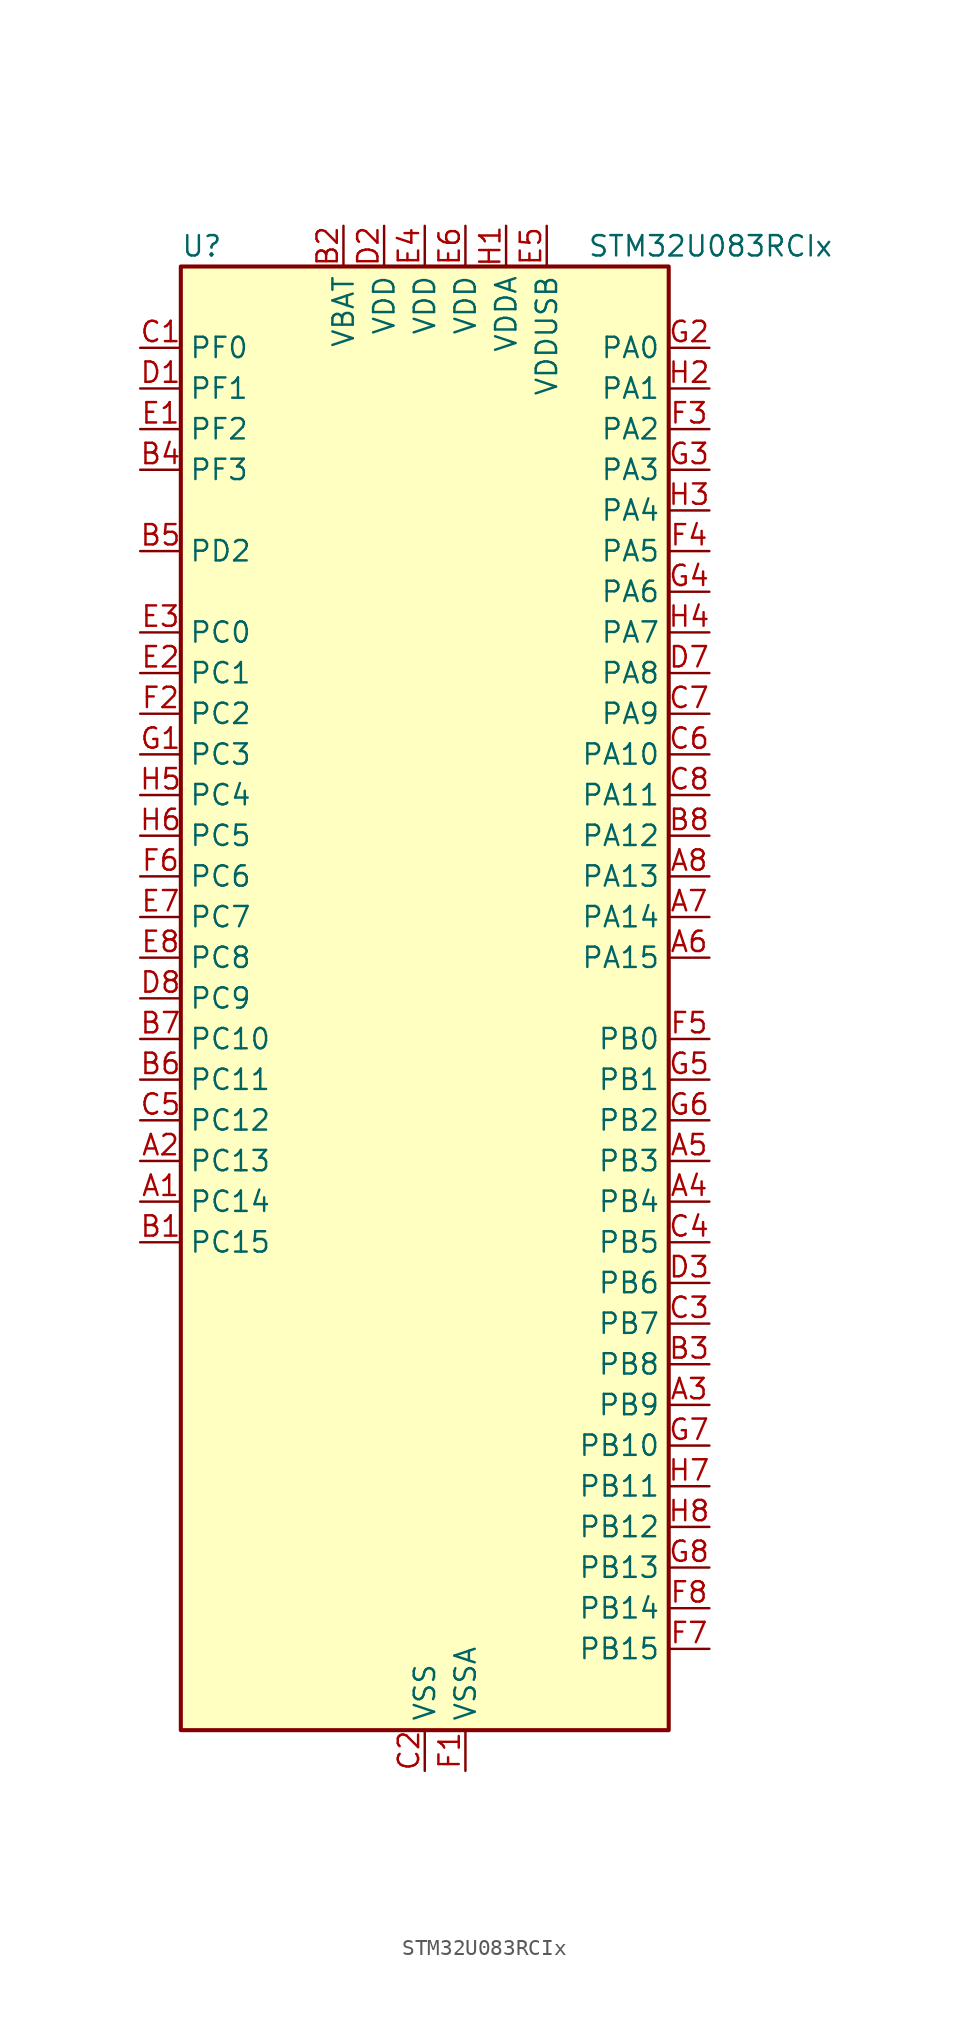
<source format=kicad_sym>
(kicad_symbol_lib
  (version 20241209)
  (generator "kicad_symbol_editor")
  (generator_version "9.0")
  (symbol "STM32U083RCIx"
    (property "Reference" "U"
      (at -15.24 46.99 0)
      (effects (font (size 1.27 1.27)) (justify left)))
    (property "Value" "STM32U083RCIx"
      (at 10.16 46.99 0)
      (effects (font (size 1.27 1.27)) (justify left)))
    (symbol "STM32U083RCIx_0_1"
      (rectangle (start -15.24 -45.72) (end 15.24 45.72) (stroke (width 0.254) (type default)) (fill (type background))))
    (symbol "STM32U083RCIx_1_1"
      (pin bidirectional line (at -17.78 40.64 0) (length 2.54) (name "PF0" (effects (font (size 1.27 1.27)))) (number "C1" (effects (font (size 1.27 1.27)))) (alternate "RCC_OSC_IN" bidirectional line))
      (pin bidirectional line (at -17.78 38.1 0) (length 2.54) (name "PF1" (effects (font (size 1.27 1.27)))) (number "D1" (effects (font (size 1.27 1.27)))) (alternate "RCC_OSC_EN" bidirectional line) (alternate "RCC_OSC_OUT" bidirectional line))
      (pin bidirectional line (at -17.78 35.56 0) (length 2.54) (name "PF2" (effects (font (size 1.27 1.27)))) (number "E1" (effects (font (size 1.27 1.27)))) (alternate "RCC_MCO" bidirectional line))
      (pin bidirectional line (at -17.78 33.02 0) (length 2.54) (name "PF3" (effects (font (size 1.27 1.27)))) (number "B4" (effects (font (size 1.27 1.27)))))
      (pin bidirectional line (at -17.78 27.94 0) (length 2.54) (name "PD2" (effects (font (size 1.27 1.27)))) (number "B5" (effects (font (size 1.27 1.27)))) (alternate "LCD_COM7" bidirectional line) (alternate "LCD_SEG31" bidirectional line) (alternate "LCD_SEG51" bidirectional line) (alternate "TIM3_ETR" bidirectional line) (alternate "TSC_SYNC" bidirectional line) (alternate "USART3_DE" bidirectional line) (alternate "USART3_RTS" bidirectional line))
      (pin bidirectional line (at -17.78 22.86 0) (length 2.54) (name "PC0" (effects (font (size 1.27 1.27)))) (number "E3" (effects (font (size 1.27 1.27)))) (alternate "ADC1_IN0" bidirectional line) (alternate "I2C3_SCL" bidirectional line) (alternate "I2C4_SCL" bidirectional line) (alternate "LCD_SEG18" bidirectional line) (alternate "LPTIM1_IN1" bidirectional line) (alternate "LPTIM2_IN1" bidirectional line) (alternate "LPUART1_RX" bidirectional line) (alternate "LPUART2_TX" bidirectional line))
      (pin bidirectional line (at -17.78 20.32 0) (length 2.54) (name "PC1" (effects (font (size 1.27 1.27)))) (number "E2" (effects (font (size 1.27 1.27)))) (alternate "ADC1_IN1" bidirectional line) (alternate "I2C3_SDA" bidirectional line) (alternate "I2C4_SDA" bidirectional line) (alternate "LCD_SEG19" bidirectional line) (alternate "LPTIM1_CH1" bidirectional line) (alternate "LPUART1_TX" bidirectional line) (alternate "LPUART2_RX" bidirectional line))
      (pin bidirectional line (at -17.78 17.78 0) (length 2.54) (name "PC2" (effects (font (size 1.27 1.27)))) (number "F2" (effects (font (size 1.27 1.27)))) (alternate "ADC1_IN2" bidirectional line) (alternate "LCD_SEG20" bidirectional line) (alternate "LPTIM1_IN2" bidirectional line) (alternate "RCC_MCO2" bidirectional line) (alternate "SPI2_MISO" bidirectional line))
      (pin bidirectional line (at -17.78 15.24 0) (length 2.54) (name "PC3" (effects (font (size 1.27 1.27)))) (number "G1" (effects (font (size 1.27 1.27)))) (alternate "ADC1_IN3" bidirectional line) (alternate "LCD_VLCD" bidirectional line) (alternate "LPTIM1_ETR" bidirectional line) (alternate "LPTIM2_ETR" bidirectional line) (alternate "LPTIM3_CH1" bidirectional line) (alternate "SPI2_MOSI" bidirectional line) (alternate "USART4_CK" bidirectional line))
      (pin bidirectional line (at -17.78 12.7 0) (length 2.54) (name "PC4" (effects (font (size 1.27 1.27)))) (number "H5" (effects (font (size 1.27 1.27)))) (alternate "ADC1_IN15" bidirectional line) (alternate "COMP1_INM" bidirectional line) (alternate "LCD_SEG22" bidirectional line) (alternate "LPUART3_TX" bidirectional line) (alternate "USART3_TX" bidirectional line))
      (pin bidirectional line (at -17.78 10.16 0) (length 2.54) (name "PC5" (effects (font (size 1.27 1.27)))) (number "H6" (effects (font (size 1.27 1.27)))) (alternate "ADC1_IN16" bidirectional line) (alternate "COMP1_INP" bidirectional line) (alternate "LCD_SEG23" bidirectional line) (alternate "LPTIM3_CH3" bidirectional line) (alternate "LPUART3_RX" bidirectional line) (alternate "PWR_WKUP5" bidirectional line) (alternate "TAMP_IN4" bidirectional line) (alternate "USART3_RX" bidirectional line))
      (pin bidirectional line (at -17.78 7.62 0) (length 2.54) (name "PC6" (effects (font (size 1.27 1.27)))) (number "F6" (effects (font (size 1.27 1.27)))) (alternate "COMP1_INP" bidirectional line) (alternate "LCD_SEG24" bidirectional line) (alternate "LPUART2_TX" bidirectional line) (alternate "TIM3_CH1" bidirectional line) (alternate "TSC_G4_IO1" bidirectional line))
      (pin bidirectional line (at -17.78 5.08 0) (length 2.54) (name "PC7" (effects (font (size 1.27 1.27)))) (number "E7" (effects (font (size 1.27 1.27)))) (alternate "LCD_SEG25" bidirectional line) (alternate "LPTIM2_CH2" bidirectional line) (alternate "LPTIM3_CH4" bidirectional line) (alternate "LPUART2_RX" bidirectional line) (alternate "TIM3_CH2" bidirectional line) (alternate "TSC_G4_IO2" bidirectional line))
      (pin bidirectional line (at -17.78 2.54 0) (length 2.54) (name "PC8" (effects (font (size 1.27 1.27)))) (number "E8" (effects (font (size 1.27 1.27)))) (alternate "LCD_SEG26" bidirectional line) (alternate "LPTIM3_CH1" bidirectional line) (alternate "TIM3_CH3" bidirectional line) (alternate "TSC_G4_IO3" bidirectional line))
      (pin bidirectional line (at -17.78 0 0) (length 2.54) (name "PC9" (effects (font (size 1.27 1.27)))) (number "D8" (effects (font (size 1.27 1.27)))) (alternate "DAC1_EXTI9" bidirectional line) (alternate "LCD_SEG27" bidirectional line) (alternate "LPTIM3_CH2" bidirectional line) (alternate "TIM3_CH4" bidirectional line) (alternate "TSC_G4_IO4" bidirectional line) (alternate "USB_NOE" bidirectional line))
      (pin bidirectional line (at -17.78 -2.54 0) (length 2.54) (name "PC10" (effects (font (size 1.27 1.27)))) (number "B7" (effects (font (size 1.27 1.27)))) (alternate "LCD_COM4" bidirectional line) (alternate "LCD_SEG28" bidirectional line) (alternate "LCD_SEG48" bidirectional line) (alternate "LPTIM3_ETR" bidirectional line) (alternate "SPI3_SCK" bidirectional line) (alternate "TSC_G3_IO2" bidirectional line) (alternate "USART3_TX" bidirectional line) (alternate "USART4_TX" bidirectional line))
      (pin bidirectional line (at -17.78 -5.08 0) (length 2.54) (name "PC11" (effects (font (size 1.27 1.27)))) (number "B6" (effects (font (size 1.27 1.27)))) (alternate "ADC1_EXTI11" bidirectional line) (alternate "LCD_COM5" bidirectional line) (alternate "LCD_SEG29" bidirectional line) (alternate "LCD_SEG49" bidirectional line) (alternate "LPTIM3_IN1" bidirectional line) (alternate "SPI3_MISO" bidirectional line) (alternate "TSC_G3_IO3" bidirectional line) (alternate "USART3_RX" bidirectional line) (alternate "USART4_RX" bidirectional line))
      (pin bidirectional line (at -17.78 -7.62 0) (length 2.54) (name "PC12" (effects (font (size 1.27 1.27)))) (number "C5" (effects (font (size 1.27 1.27)))) (alternate "LCD_COM6" bidirectional line) (alternate "LCD_SEG30" bidirectional line) (alternate "LCD_SEG50" bidirectional line) (alternate "LPTIM3_CH3" bidirectional line) (alternate "SPI3_MOSI" bidirectional line) (alternate "USART3_CK" bidirectional line) (alternate "USART4_CK" bidirectional line))
      (pin bidirectional line (at -17.78 -10.16 0) (length 2.54) (name "PC13" (effects (font (size 1.27 1.27)))) (number "A2" (effects (font (size 1.27 1.27)))) (alternate "LPTIM1_CH3" bidirectional line) (alternate "LPTIM3_CH3" bidirectional line) (alternate "PWR_WKUP2" bidirectional line) (alternate "RTC_OUT1" bidirectional line) (alternate "RTC_TS" bidirectional line) (alternate "TAMP_IN1" bidirectional line))
      (pin bidirectional line (at -17.78 -12.7 0) (length 2.54) (name "PC14" (effects (font (size 1.27 1.27)))) (number "A1" (effects (font (size 1.27 1.27)))) (alternate "RCC_OSC32_IN" bidirectional line))
      (pin bidirectional line (at -17.78 -15.24 0) (length 2.54) (name "PC15" (effects (font (size 1.27 1.27)))) (number "B1" (effects (font (size 1.27 1.27)))) (alternate "RCC_OSC32_EN" bidirectional line) (alternate "RCC_OSC32_OUT" bidirectional line) (alternate "RCC_OSC_EN" bidirectional line))
      (pin power_in line (at -5.08 48.26 270) (length 2.54) (name "VBAT" (effects (font (size 1.27 1.27)))) (number "B2" (effects (font (size 1.27 1.27)))))
      (pin power_in line (at -2.54 48.26 270) (length 2.54) (name "VDD" (effects (font (size 1.27 1.27)))) (number "D2" (effects (font (size 1.27 1.27)))))
      (pin power_in line (at 0 48.26 270) (length 2.54) (name "VDD" (effects (font (size 1.27 1.27)))) (number "E4" (effects (font (size 1.27 1.27)))))
      (pin power_in line (at 0 -48.26 90) (length 2.54) (name "VSS" (effects (font (size 1.27 1.27)))) (number "C2" (effects (font (size 1.27 1.27)))))
      (pin passive line (at 0 -48.26 90) (length 2.54) (hide yes) (name "VSS" (effects (font (size 1.27 1.27)))) (number "D4" (effects (font (size 1.27 1.27)))))
      (pin passive line (at 0 -48.26 90) (length 2.54) (hide yes) (name "VSS" (effects (font (size 1.27 1.27)))) (number "D5" (effects (font (size 1.27 1.27)))))
      (pin passive line (at 0 -48.26 90) (length 2.54) (hide yes) (name "VSS" (effects (font (size 1.27 1.27)))) (number "D6" (effects (font (size 1.27 1.27)))))
      (pin power_in line (at 2.54 48.26 270) (length 2.54) (name "VDD" (effects (font (size 1.27 1.27)))) (number "E6" (effects (font (size 1.27 1.27)))))
      (pin power_in line (at 2.54 -48.26 90) (length 2.54) (name "VSSA" (effects (font (size 1.27 1.27)))) (number "F1" (effects (font (size 1.27 1.27)))))
      (pin power_in line (at 5.08 48.26 270) (length 2.54) (name "VDDA" (effects (font (size 1.27 1.27)))) (number "H1" (effects (font (size 1.27 1.27)))))
      (pin power_in line (at 7.62 48.26 270) (length 2.54) (name "VDDUSB" (effects (font (size 1.27 1.27)))) (number "E5" (effects (font (size 1.27 1.27)))))
      (pin bidirectional line (at 17.78 40.64 180) (length 2.54) (name "PA0" (effects (font (size 1.27 1.27)))) (number "G2" (effects (font (size 1.27 1.27)))) (alternate "ADC1_IN4" bidirectional line) (alternate "COMP1_INM" bidirectional line) (alternate "COMP1_OUT" bidirectional line) (alternate "LCD_SEG42" bidirectional line) (alternate "OPAMP1_VINP" bidirectional line) (alternate "PWR_WKUP1" bidirectional line) (alternate "TAMP_IN2" bidirectional line) (alternate "TIM2_CH1" bidirectional line) (alternate "TIM2_ETR" bidirectional line) (alternate "USART2_CTS" bidirectional line) (alternate "USART4_TX" bidirectional line))
      (pin bidirectional line (at 17.78 38.1 180) (length 2.54) (name "PA1" (effects (font (size 1.27 1.27)))) (number "H2" (effects (font (size 1.27 1.27)))) (alternate "ADC1_IN5" bidirectional line) (alternate "COMP1_INP" bidirectional line) (alternate "LCD_SEG0" bidirectional line) (alternate "LPTIM1_CH2" bidirectional line) (alternate "OPAMP1_VINM" bidirectional line) (alternate "PWR_WKUP3" bidirectional line) (alternate "SPI1_SCK" bidirectional line) (alternate "SPI2_SCK" bidirectional line) (alternate "TAMP_IN5" bidirectional line) (alternate "TIM15_CH1N" bidirectional line) (alternate "TIM2_CH2" bidirectional line) (alternate "USART2_DE" bidirectional line) (alternate "USART2_RTS" bidirectional line) (alternate "USART4_RX" bidirectional line))
      (pin bidirectional line (at 17.78 35.56 180) (length 2.54) (name "PA2" (effects (font (size 1.27 1.27)))) (number "F3" (effects (font (size 1.27 1.27)))) (alternate "ADC1_IN6" bidirectional line) (alternate "COMP2_INM" bidirectional line) (alternate "COMP2_OUT" bidirectional line) (alternate "LCD_SEG1" bidirectional line) (alternate "LPUART1_TX" bidirectional line) (alternate "PWR_WKUP4" bidirectional line) (alternate "RCC_LSCO" bidirectional line) (alternate "TIM15_CH1" bidirectional line) (alternate "TIM2_CH3" bidirectional line) (alternate "USART2_TX" bidirectional line))
      (pin bidirectional line (at 17.78 33.02 180) (length 2.54) (name "PA3" (effects (font (size 1.27 1.27)))) (number "G3" (effects (font (size 1.27 1.27)))) (alternate "ADC1_IN7" bidirectional line) (alternate "COMP2_INP" bidirectional line) (alternate "LCD_SEG2" bidirectional line) (alternate "LPUART1_RX" bidirectional line) (alternate "OPAMP1_VOUT" bidirectional line) (alternate "TIM15_CH2" bidirectional line) (alternate "TIM2_CH4" bidirectional line) (alternate "USART2_RX" bidirectional line))
      (pin bidirectional line (at 17.78 30.48 180) (length 2.54) (name "PA4" (effects (font (size 1.27 1.27)))) (number "H3" (effects (font (size 1.27 1.27)))) (alternate "ADC1_IN8" bidirectional line) (alternate "COMP1_INM" bidirectional line) (alternate "COMP2_INM" bidirectional line) (alternate "DAC1_OUT1" bidirectional line) (alternate "LCD_SEG43" bidirectional line) (alternate "LPTIM2_CH1" bidirectional line) (alternate "LPUART3_TX" bidirectional line) (alternate "SPI1_NSS" bidirectional line) (alternate "SPI3_NSS" bidirectional line) (alternate "USART2_CK" bidirectional line))
      (pin bidirectional line (at 17.78 27.94 180) (length 2.54) (name "PA5" (effects (font (size 1.27 1.27)))) (number "F4" (effects (font (size 1.27 1.27)))) (alternate "ADC1_IN9" bidirectional line) (alternate "COMP1_INM" bidirectional line) (alternate "COMP2_INM" bidirectional line) (alternate "LCD_SEG44" bidirectional line) (alternate "LPTIM2_ETR" bidirectional line) (alternate "LPUART3_RX" bidirectional line) (alternate "SPI1_SCK" bidirectional line) (alternate "TIM2_CH1" bidirectional line) (alternate "TIM2_ETR" bidirectional line) (alternate "USART3_TX" bidirectional line))
      (pin bidirectional line (at 17.78 25.4 180) (length 2.54) (name "PA6" (effects (font (size 1.27 1.27)))) (number "G4" (effects (font (size 1.27 1.27)))) (alternate "ADC1_IN10" bidirectional line) (alternate "COMP1_OUT" bidirectional line) (alternate "I2C2_SDA" bidirectional line) (alternate "I2C3_SDA" bidirectional line) (alternate "LCD_SEG3" bidirectional line) (alternate "LPUART1_CTS" bidirectional line) (alternate "SPI1_MISO" bidirectional line) (alternate "TIM16_CH1" bidirectional line) (alternate "TIM1_BKIN" bidirectional line) (alternate "TIM3_CH1" bidirectional line) (alternate "TSC_G5_IO1" bidirectional line) (alternate "USART3_CTS" bidirectional line))
      (pin bidirectional line (at 17.78 22.86 180) (length 2.54) (name "PA7" (effects (font (size 1.27 1.27)))) (number "H4" (effects (font (size 1.27 1.27)))) (alternate "ADC1_IN14" bidirectional line) (alternate "COMP2_OUT" bidirectional line) (alternate "I2C2_SCL" bidirectional line) (alternate "I2C3_SCL" bidirectional line) (alternate "LCD_SEG4" bidirectional line) (alternate "LPTIM2_CH2" bidirectional line) (alternate "SPI1_MOSI" bidirectional line) (alternate "TIM1_CH1N" bidirectional line) (alternate "TIM3_CH2" bidirectional line) (alternate "USART3_RX" bidirectional line))
      (pin bidirectional line (at 17.78 20.32 180) (length 2.54) (name "PA8" (effects (font (size 1.27 1.27)))) (number "D7" (effects (font (size 1.27 1.27)))) (alternate "LCD_COM0" bidirectional line) (alternate "LPTIM2_CH1" bidirectional line) (alternate "RCC_MCO" bidirectional line) (alternate "RCC_MCO2" bidirectional line) (alternate "TIM1_CH1" bidirectional line) (alternate "TSC_G7_IO1" bidirectional line) (alternate "USART1_CK" bidirectional line))
      (pin bidirectional line (at 17.78 17.78 180) (length 2.54) (name "PA9" (effects (font (size 1.27 1.27)))) (number "C7" (effects (font (size 1.27 1.27)))) (alternate "COMP1_INP" bidirectional line) (alternate "DAC1_EXTI9" bidirectional line) (alternate "I2C1_SCL" bidirectional line) (alternate "I2C2_SCL" bidirectional line) (alternate "LCD_COM1" bidirectional line) (alternate "RCC_MCO" bidirectional line) (alternate "TIM15_BKIN" bidirectional line) (alternate "TIM1_CH2" bidirectional line) (alternate "TSC_G7_IO2" bidirectional line) (alternate "USART1_TX" bidirectional line))
      (pin bidirectional line (at 17.78 15.24 180) (length 2.54) (name "PA10" (effects (font (size 1.27 1.27)))) (number "C6" (effects (font (size 1.27 1.27)))) (alternate "CRS_SYNC" bidirectional line) (alternate "I2C1_SDA" bidirectional line) (alternate "I2C2_SDA" bidirectional line) (alternate "LCD_COM2" bidirectional line) (alternate "RCC_MCO2" bidirectional line) (alternate "SPI2_NSS" bidirectional line) (alternate "TIM1_CH3" bidirectional line) (alternate "TSC_G7_IO3" bidirectional line) (alternate "USART1_RX" bidirectional line))
      (pin bidirectional line (at 17.78 12.7 180) (length 2.54) (name "PA11" (effects (font (size 1.27 1.27)))) (number "C8" (effects (font (size 1.27 1.27)))) (alternate "ADC1_EXTI11" bidirectional line) (alternate "COMP1_OUT" bidirectional line) (alternate "SPI1_MISO" bidirectional line) (alternate "SPI2_MISO" bidirectional line) (alternate "TIM1_BKIN2" bidirectional line) (alternate "TIM1_CH4" bidirectional line) (alternate "USART1_CTS" bidirectional line) (alternate "USB_DM" bidirectional line))
      (pin bidirectional line (at 17.78 10.16 180) (length 2.54) (name "PA12" (effects (font (size 1.27 1.27)))) (number "B8" (effects (font (size 1.27 1.27)))) (alternate "SPI1_MOSI" bidirectional line) (alternate "SPI2_MOSI" bidirectional line) (alternate "TIM1_ETR" bidirectional line) (alternate "USART1_DE" bidirectional line) (alternate "USART1_RTS" bidirectional line) (alternate "USB_DP" bidirectional line))
      (pin bidirectional line (at 17.78 7.62 180) (length 2.54) (name "PA13" (effects (font (size 1.27 1.27)))) (number "A8" (effects (font (size 1.27 1.27)))) (alternate "DEBUG_JTMS-SWDIO" bidirectional line) (alternate "IR_OUT" bidirectional line) (alternate "LCD_SEG40" bidirectional line) (alternate "TSC_G7_IO4" bidirectional line) (alternate "USB_NOE" bidirectional line))
      (pin bidirectional line (at 17.78 5.08 180) (length 2.54) (name "PA14" (effects (font (size 1.27 1.27)))) (number "A7" (effects (font (size 1.27 1.27)))) (alternate "DEBUG_JTCK-SWCLK" bidirectional line) (alternate "LCD_SEG41" bidirectional line) (alternate "LPTIM1_CH1" bidirectional line) (alternate "TSC_G3_IO4" bidirectional line))
      (pin bidirectional line (at 17.78 2.54 180) (length 2.54) (name "PA15" (effects (font (size 1.27 1.27)))) (number "A6" (effects (font (size 1.27 1.27)))) (alternate "DEBUG_JTDI" bidirectional line) (alternate "LCD_SEG17" bidirectional line) (alternate "LPTIM3_CH3" bidirectional line) (alternate "LPTIM3_IN2" bidirectional line) (alternate "SPI1_NSS" bidirectional line) (alternate "SPI3_NSS" bidirectional line) (alternate "TIM2_CH1" bidirectional line) (alternate "TIM2_ETR" bidirectional line) (alternate "TSC_G3_IO1" bidirectional line) (alternate "USART2_RX" bidirectional line) (alternate "USART3_DE" bidirectional line) (alternate "USART3_RTS" bidirectional line) (alternate "USART4_DE" bidirectional line) (alternate "USART4_RTS" bidirectional line))
      (pin bidirectional line (at 17.78 -2.54 180) (length 2.54) (name "PB0" (effects (font (size 1.27 1.27)))) (number "F5" (effects (font (size 1.27 1.27)))) (alternate "ADC1_IN17" bidirectional line) (alternate "COMP1_OUT" bidirectional line) (alternate "LCD_SEG5" bidirectional line) (alternate "LPTIM3_CH1" bidirectional line) (alternate "LPUART2_CTS" bidirectional line) (alternate "SPI1_NSS" bidirectional line) (alternate "TIM1_CH2N" bidirectional line) (alternate "TIM3_CH3" bidirectional line) (alternate "TSC_G5_IO2" bidirectional line) (alternate "USART3_CK" bidirectional line))
      (pin bidirectional line (at 17.78 -5.08 180) (length 2.54) (name "PB1" (effects (font (size 1.27 1.27)))) (number "G5" (effects (font (size 1.27 1.27)))) (alternate "ADC1_IN18" bidirectional line) (alternate "COMP1_INM" bidirectional line) (alternate "LCD_SEG6" bidirectional line) (alternate "LPTIM2_IN1" bidirectional line) (alternate "LPTIM3_CH2" bidirectional line) (alternate "LPUART1_DE" bidirectional line) (alternate "LPUART1_RTS" bidirectional line) (alternate "LPUART2_DE" bidirectional line) (alternate "LPUART2_RTS" bidirectional line) (alternate "TIM1_CH3N" bidirectional line) (alternate "TIM3_CH4" bidirectional line) (alternate "TSC_SYNC" bidirectional line) (alternate "USART3_DE" bidirectional line) (alternate "USART3_RTS" bidirectional line))
      (pin bidirectional line (at 17.78 -7.62 180) (length 2.54) (name "PB2" (effects (font (size 1.27 1.27)))) (number "G6" (effects (font (size 1.27 1.27)))) (alternate "COMP1_INP" bidirectional line) (alternate "LCD_VLCD" bidirectional line) (alternate "LPTIM1_CH1" bidirectional line) (alternate "RTC_OUT2" bidirectional line))
      (pin bidirectional line (at 17.78 -10.16 180) (length 2.54) (name "PB3" (effects (font (size 1.27 1.27)))) (number "A5" (effects (font (size 1.27 1.27)))) (alternate "COMP2_INM" bidirectional line) (alternate "DEBUG_JTDO-SWO" bidirectional line) (alternate "I2C2_SCL" bidirectional line) (alternate "I2C3_SCL" bidirectional line) (alternate "LCD_SEG7" bidirectional line) (alternate "LPTIM1_CH3" bidirectional line) (alternate "SPI1_SCK" bidirectional line) (alternate "SPI3_SCK" bidirectional line) (alternate "TIM2_CH2" bidirectional line) (alternate "USART1_DE" bidirectional line) (alternate "USART1_RTS" bidirectional line))
      (pin bidirectional line (at 17.78 -12.7 180) (length 2.54) (name "PB4" (effects (font (size 1.27 1.27)))) (number "A4" (effects (font (size 1.27 1.27)))) (alternate "COMP2_INP" bidirectional line) (alternate "I2C2_SDA" bidirectional line) (alternate "I2C3_SDA" bidirectional line) (alternate "LCD_SEG8" bidirectional line) (alternate "LPTIM1_CH4" bidirectional line) (alternate "LPUART3_DE" bidirectional line) (alternate "LPUART3_RTS" bidirectional line) (alternate "SPI1_MISO" bidirectional line) (alternate "SPI3_MISO" bidirectional line) (alternate "TIM3_CH1" bidirectional line) (alternate "TSC_G2_IO1" bidirectional line) (alternate "USART1_CTS" bidirectional line))
      (pin bidirectional line (at 17.78 -15.24 180) (length 2.54) (name "PB5" (effects (font (size 1.27 1.27)))) (number "C4" (effects (font (size 1.27 1.27)))) (alternate "COMP2_OUT" bidirectional line) (alternate "LCD_SEG9" bidirectional line) (alternate "LPTIM1_IN1" bidirectional line) (alternate "LPUART3_CTS" bidirectional line) (alternate "SPI1_MOSI" bidirectional line) (alternate "SPI3_MOSI" bidirectional line) (alternate "TIM16_BKIN" bidirectional line) (alternate "TIM3_CH2" bidirectional line) (alternate "TSC_G2_IO2" bidirectional line) (alternate "USART1_CK" bidirectional line))
      (pin bidirectional line (at 17.78 -17.78 180) (length 2.54) (name "PB6" (effects (font (size 1.27 1.27)))) (number "D3" (effects (font (size 1.27 1.27)))) (alternate "COMP2_INP" bidirectional line) (alternate "I2C1_SCL" bidirectional line) (alternate "I2C2_SCL" bidirectional line) (alternate "I2C4_SCL" bidirectional line) (alternate "LPTIM1_ETR" bidirectional line) (alternate "LPUART2_TX" bidirectional line) (alternate "LPUART3_TX" bidirectional line) (alternate "TIM16_CH1N" bidirectional line) (alternate "TSC_G2_IO3" bidirectional line) (alternate "USART1_TX" bidirectional line))
      (pin bidirectional line (at 17.78 -20.32 180) (length 2.54) (name "PB7" (effects (font (size 1.27 1.27)))) (number "C3" (effects (font (size 1.27 1.27)))) (alternate "COMP2_INM" bidirectional line) (alternate "I2C1_SDA" bidirectional line) (alternate "I2C2_SDA" bidirectional line) (alternate "I2C4_SDA" bidirectional line) (alternate "LCD_SEG21" bidirectional line) (alternate "LPTIM1_IN2" bidirectional line) (alternate "LPUART2_RX" bidirectional line) (alternate "LPUART3_RX" bidirectional line) (alternate "PWR_PVD_IN" bidirectional line) (alternate "TSC_G2_IO4" bidirectional line) (alternate "USART1_RX" bidirectional line) (alternate "USART4_CTS" bidirectional line))
      (pin bidirectional line (at 17.78 -22.86 180) (length 2.54) (name "PB8" (effects (font (size 1.27 1.27)))) (number "B3" (effects (font (size 1.27 1.27)))) (alternate "I2C1_SCL" bidirectional line) (alternate "I2C2_SCL" bidirectional line) (alternate "LCD_SEG16" bidirectional line) (alternate "LPTIM1_IN2" bidirectional line) (alternate "LPTIM3_IN2" bidirectional line) (alternate "TIM16_CH1" bidirectional line) (alternate "USART3_TX" bidirectional line))
      (pin bidirectional line (at 17.78 -25.4 180) (length 2.54) (name "PB9" (effects (font (size 1.27 1.27)))) (number "A3" (effects (font (size 1.27 1.27)))) (alternate "DAC1_EXTI9" bidirectional line) (alternate "I2C1_SDA" bidirectional line) (alternate "I2C2_SDA" bidirectional line) (alternate "IR_OUT" bidirectional line) (alternate "LCD_COM3" bidirectional line) (alternate "LPTIM1_CH4" bidirectional line) (alternate "LPTIM3_CH4" bidirectional line) (alternate "SPI2_NSS" bidirectional line) (alternate "USART3_RX" bidirectional line))
      (pin bidirectional line (at 17.78 -27.94 180) (length 2.54) (name "PB10" (effects (font (size 1.27 1.27)))) (number "G7" (effects (font (size 1.27 1.27)))) (alternate "COMP1_OUT" bidirectional line) (alternate "I2C2_SCL" bidirectional line) (alternate "I2C4_SCL" bidirectional line) (alternate "LCD_SEG10" bidirectional line) (alternate "LPTIM3_CH1" bidirectional line) (alternate "LPUART1_RX" bidirectional line) (alternate "LPUART2_RX" bidirectional line) (alternate "SPI2_SCK" bidirectional line) (alternate "TIM2_CH3" bidirectional line) (alternate "TSC_G5_IO3" bidirectional line) (alternate "USART3_TX" bidirectional line))
      (pin bidirectional line (at 17.78 -30.48 180) (length 2.54) (name "PB11" (effects (font (size 1.27 1.27)))) (number "H7" (effects (font (size 1.27 1.27)))) (alternate "ADC1_EXTI11" bidirectional line) (alternate "COMP2_OUT" bidirectional line) (alternate "I2C2_SDA" bidirectional line) (alternate "I2C4_SDA" bidirectional line) (alternate "LCD_SEG11" bidirectional line) (alternate "LPUART1_TX" bidirectional line) (alternate "LPUART2_TX" bidirectional line) (alternate "TIM2_CH4" bidirectional line) (alternate "TSC_G5_IO4" bidirectional line) (alternate "USART3_RX" bidirectional line))
      (pin bidirectional line (at 17.78 -33.02 180) (length 2.54) (name "PB12" (effects (font (size 1.27 1.27)))) (number "H8" (effects (font (size 1.27 1.27)))) (alternate "LCD_SEG12" bidirectional line) (alternate "LPUART1_DE" bidirectional line) (alternate "LPUART1_RTS" bidirectional line) (alternate "SPI2_NSS" bidirectional line) (alternate "TIM15_BKIN" bidirectional line) (alternate "TIM1_BKIN" bidirectional line) (alternate "TSC_G1_IO1" bidirectional line) (alternate "USART3_CK" bidirectional line))
      (pin bidirectional line (at 17.78 -35.56 180) (length 2.54) (name "PB13" (effects (font (size 1.27 1.27)))) (number "G8" (effects (font (size 1.27 1.27)))) (alternate "I2C2_SCL" bidirectional line) (alternate "LCD_SEG13" bidirectional line) (alternate "LPTIM3_IN1" bidirectional line) (alternate "LPUART1_CTS" bidirectional line) (alternate "SPI2_SCK" bidirectional line) (alternate "TIM15_CH1N" bidirectional line) (alternate "TIM1_CH1N" bidirectional line) (alternate "TSC_G1_IO2" bidirectional line) (alternate "USART3_CTS" bidirectional line))
      (pin bidirectional line (at 17.78 -38.1 180) (length 2.54) (name "PB14" (effects (font (size 1.27 1.27)))) (number "F8" (effects (font (size 1.27 1.27)))) (alternate "I2C2_SDA" bidirectional line) (alternate "LCD_SEG14" bidirectional line) (alternate "LPTIM3_ETR" bidirectional line) (alternate "SPI2_MISO" bidirectional line) (alternate "TIM15_CH1" bidirectional line) (alternate "TIM1_CH2N" bidirectional line) (alternate "TSC_G1_IO3" bidirectional line) (alternate "USART3_DE" bidirectional line) (alternate "USART3_RTS" bidirectional line))
      (pin bidirectional line (at 17.78 -40.64 180) (length 2.54) (name "PB15" (effects (font (size 1.27 1.27)))) (number "F7" (effects (font (size 1.27 1.27)))) (alternate "LCD_SEG15" bidirectional line) (alternate "PWR_WKUP7" bidirectional line) (alternate "RTC_REFIN" bidirectional line) (alternate "SPI2_MOSI" bidirectional line) (alternate "TAMP_IN3" bidirectional line) (alternate "TIM15_CH2" bidirectional line) (alternate "TIM1_CH3N" bidirectional line) (alternate "TSC_G1_IO4" bidirectional line)))))
</source>
